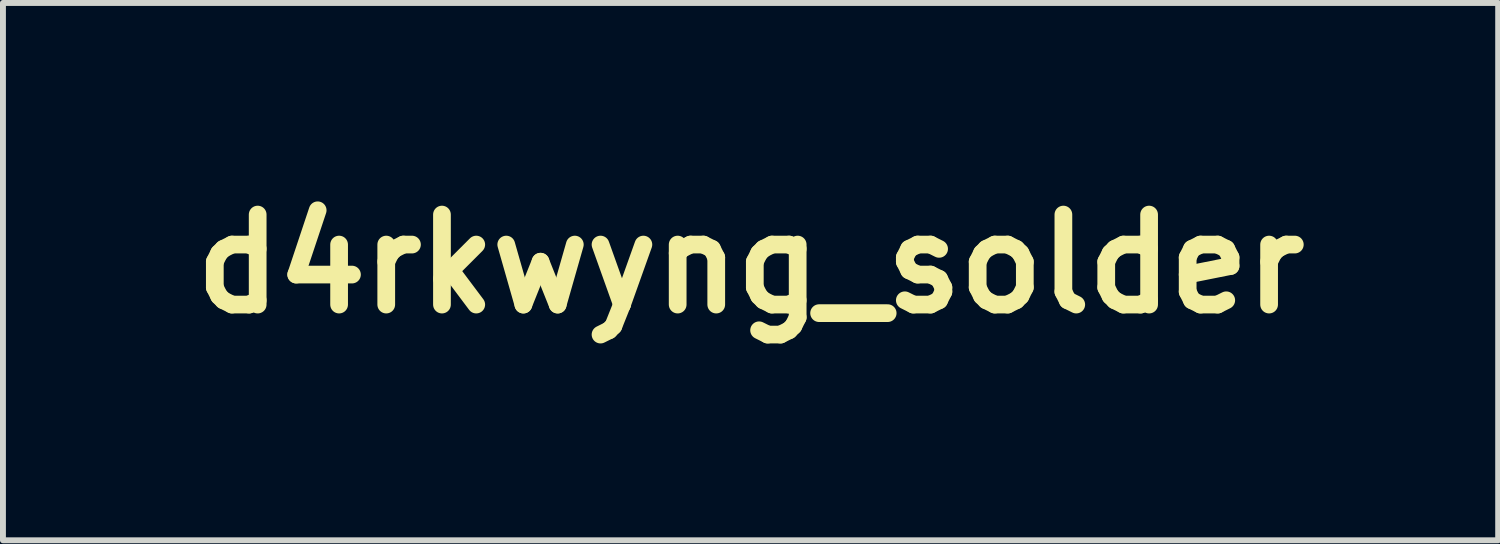
<source format=kicad_pcb>
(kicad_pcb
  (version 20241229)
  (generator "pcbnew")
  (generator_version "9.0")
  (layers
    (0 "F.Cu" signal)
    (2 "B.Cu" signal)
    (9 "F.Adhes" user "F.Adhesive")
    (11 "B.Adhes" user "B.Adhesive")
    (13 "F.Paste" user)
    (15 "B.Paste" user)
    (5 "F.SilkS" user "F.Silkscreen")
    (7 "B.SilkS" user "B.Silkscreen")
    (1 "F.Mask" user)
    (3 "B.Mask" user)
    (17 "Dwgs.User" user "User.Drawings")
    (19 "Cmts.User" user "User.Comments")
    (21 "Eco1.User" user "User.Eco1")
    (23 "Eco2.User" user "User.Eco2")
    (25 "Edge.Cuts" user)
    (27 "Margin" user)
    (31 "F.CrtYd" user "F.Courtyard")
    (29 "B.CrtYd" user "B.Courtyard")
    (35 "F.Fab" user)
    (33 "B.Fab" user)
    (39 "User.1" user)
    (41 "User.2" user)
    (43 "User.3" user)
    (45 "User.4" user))
  (footprint "d4rkwyng_solder"
    (layer "F.Cu")
    (at 9.659 1.418)
    (property "Reference" "d4rkwyng_solder" (at 0 0 0) (layer "F.SilkS") (effects (font (size 1.524 1.524) (thickness 0.3))))
    (attr through_hole)
    (fp_poly (pts (xy 0.182 1.262) (xy 0.331 1.276) (xy 0.332 1.277) (xy 0.402 1.288) (xy 0.483 1.303) (xy 0.568 1.322) (xy 0.65 1.343) (xy 0.723 1.363) (xy 0.781 1.381) (xy 0.816 1.396) (xy 0.819 1.41) (xy 0.801 1.434) (xy 0.767 1.465) (xy 0.722 1.498) (xy 0.669 1.53) (xy 0.628 1.552) (xy 0.481 1.608) (xy 0.314 1.648) (xy 0.128 1.671) (xy -0.074 1.676) (xy -0.247 1.668) (xy -0.286 1.662) (xy -0.313 1.653) (xy -0.317 1.65) (xy -0.339 1.641) (xy -0.375 1.637) (xy -0.38 1.637) (xy -0.448 1.629) (xy -0.526 1.61) (xy -0.603 1.582) (xy -0.63 1.569) (xy -0.672 1.544) (xy -0.718 1.511) (xy -0.764 1.474) (xy -0.802 1.439) (xy -0.825 1.412) (xy -0.83 1.403) (xy -0.825 1.386) (xy -0.801 1.37) (xy -0.757 1.352) (xy -0.69 1.334) (xy -0.6 1.315) (xy -0.483 1.293) (xy -0.423 1.283) (xy -0.29 1.266) (xy -0.138 1.257) (xy 0.022 1.255) (xy 0.182 1.262)) (stroke (width 0.01) (type solid)) (fill yes) (layer "F.Mask"))
    (fp_poly (pts (xy 0.007 0.347) (xy 0.081 0.399) (xy 0.148 0.439) (xy 0.216 0.467) (xy 0.291 0.487) (xy 0.377 0.499) (xy 0.482 0.505) (xy 0.564 0.507) (xy 0.62 0.511) (xy 0.65 0.522) (xy 0.658 0.544) (xy 0.647 0.581) (xy 0.638 0.599) (xy 0.612 0.675) (xy 0.611 0.744) (xy 0.631 0.802) (xy 0.644 0.821) (xy 0.661 0.838) (xy 0.689 0.857) (xy 0.73 0.878) (xy 0.789 0.906) (xy 0.867 0.939) (xy 0.941 0.972) (xy 1.008 1.004) (xy 1.062 1.032) (xy 1.099 1.053) (xy 1.111 1.061) (xy 1.141 1.103) (xy 1.162 1.157) (xy 1.172 1.215) (xy 1.169 1.267) (xy 1.153 1.307) (xy 1.147 1.313) (xy 1.118 1.326) (xy 1.074 1.331) (xy 1.027 1.329) (xy 0.995 1.321) (xy 0.956 1.304) (xy 0.908 1.282) (xy 0.887 1.273) (xy 0.82 1.246) (xy 0.733 1.217) (xy 0.634 1.189) (xy 0.531 1.164) (xy 0.455 1.148) (xy 0.371 1.137) (xy 0.267 1.127) (xy 0.148 1.121) (xy 0.023 1.117) (xy -0.102 1.117) (xy -0.219 1.119) (xy -0.323 1.125) (xy -0.406 1.134) (xy -0.41 1.135) (xy -0.553 1.159) (xy -0.67 1.183) (xy -0.765 1.207) (xy -0.841 1.232) (xy -0.901 1.259) (xy -0.91 1.264) (xy -0.964 1.29) (xy -1.017 1.311) (xy -1.053 1.32) (xy -1.092 1.324) (xy -1.117 1.316) (xy -1.14 1.292) (xy -1.142 1.289) (xy -1.165 1.239) (xy -1.166 1.18) (xy -1.145 1.12) (xy -1.137 1.108) (xy -1.105 1.074) (xy -1.053 1.035) (xy -0.988 0.996) (xy -0.919 0.962) (xy -0.45 0.962) (xy -0.438 0.981) (xy -0.41 0.993) (xy -0.363 1) (xy -0.292 1.003) (xy -0.263 1.003) (xy -0.181 1.005) (xy -0.093 1.009) (xy -0.013 1.013) (xy 0.021 1.016) (xy 0.099 1.022) (xy 0.153 1.024) (xy 0.189 1.023) (xy 0.212 1.017) (xy 0.226 1.006) (xy 0.231 0.999) (xy 0.239 0.981) (xy 0.236 0.967) (xy 0.219 0.955) (xy 0.185 0.946) (xy 0.131 0.938) (xy 0.056 0.93) (xy -0.045 0.922) (xy -0.052 0.922) (xy -0.17 0.914) (xy -0.262 0.909) (xy -0.332 0.906) (xy -0.383 0.907) (xy -0.417 0.912) (xy -0.437 0.919) (xy -0.447 0.93) (xy -0.449 0.936) (xy -0.45 0.962) (xy -0.919 0.962) (xy -0.917 0.961) (xy -0.882 0.947) (xy -0.821 0.922) (xy -0.753 0.893) (xy -0.71 0.872) (xy -0.66 0.846) (xy -0.629 0.823) (xy -0.612 0.796) (xy -0.61 0.791) (xy -0.466 0.791) (xy -0.453 0.798) (xy -0.417 0.802) (xy -0.366 0.804) (xy -0.304 0.805) (xy -0.238 0.804) (xy -0.174 0.802) (xy -0.117 0.798) (xy -0.074 0.792) (xy -0.05 0.786) (xy -0.05 0.785) (xy -0.032 0.762) (xy -0.032 0.745) (xy -0.042 0.735) (xy -0.067 0.727) (xy -0.111 0.721) (xy -0.177 0.716) (xy -0.208 0.714) (xy -0.302 0.71) (xy -0.371 0.713) (xy -0.419 0.723) (xy -0.449 0.74) (xy -0.463 0.767) (xy -0.466 0.791) (xy -0.61 0.791) (xy -0.606 0.782) (xy -0.596 0.709) (xy -0.613 0.636) (xy -0.654 0.569) (xy -0.658 0.564) (xy -0.687 0.527) (xy -0.694 0.505) (xy -0.691 0.5) (xy -0.671 0.497) (xy -0.63 0.492) (xy -0.571 0.489) (xy -0.5 0.486) (xy -0.475 0.485) (xy -0.375 0.48) (xy -0.288 0.472) (xy -0.216 0.461) (xy -0.163 0.447) (xy -0.133 0.432) (xy -0.127 0.422) (xy -0.118 0.414) (xy -0.113 0.416) (xy -0.1 0.415) (xy -0.099 0.409) (xy -0.09 0.401) (xy -0.082 0.404) (xy -0.073 0.405) (xy -0.075 0.399) (xy -0.072 0.382) (xy -0.052 0.363) (xy -0.024 0.348) (xy 0.000409 0.345) (xy 0.007 0.347)) (stroke (width 0.01) (type solid)) (fill yes) (layer "F.Mask")))
  (gr_rect
    (start -3 -3)
    (end 22.319 6.099)
    (stroke (width 0.1) (type default))
    (fill no)
    (layer "Edge.Cuts")))
</source>
